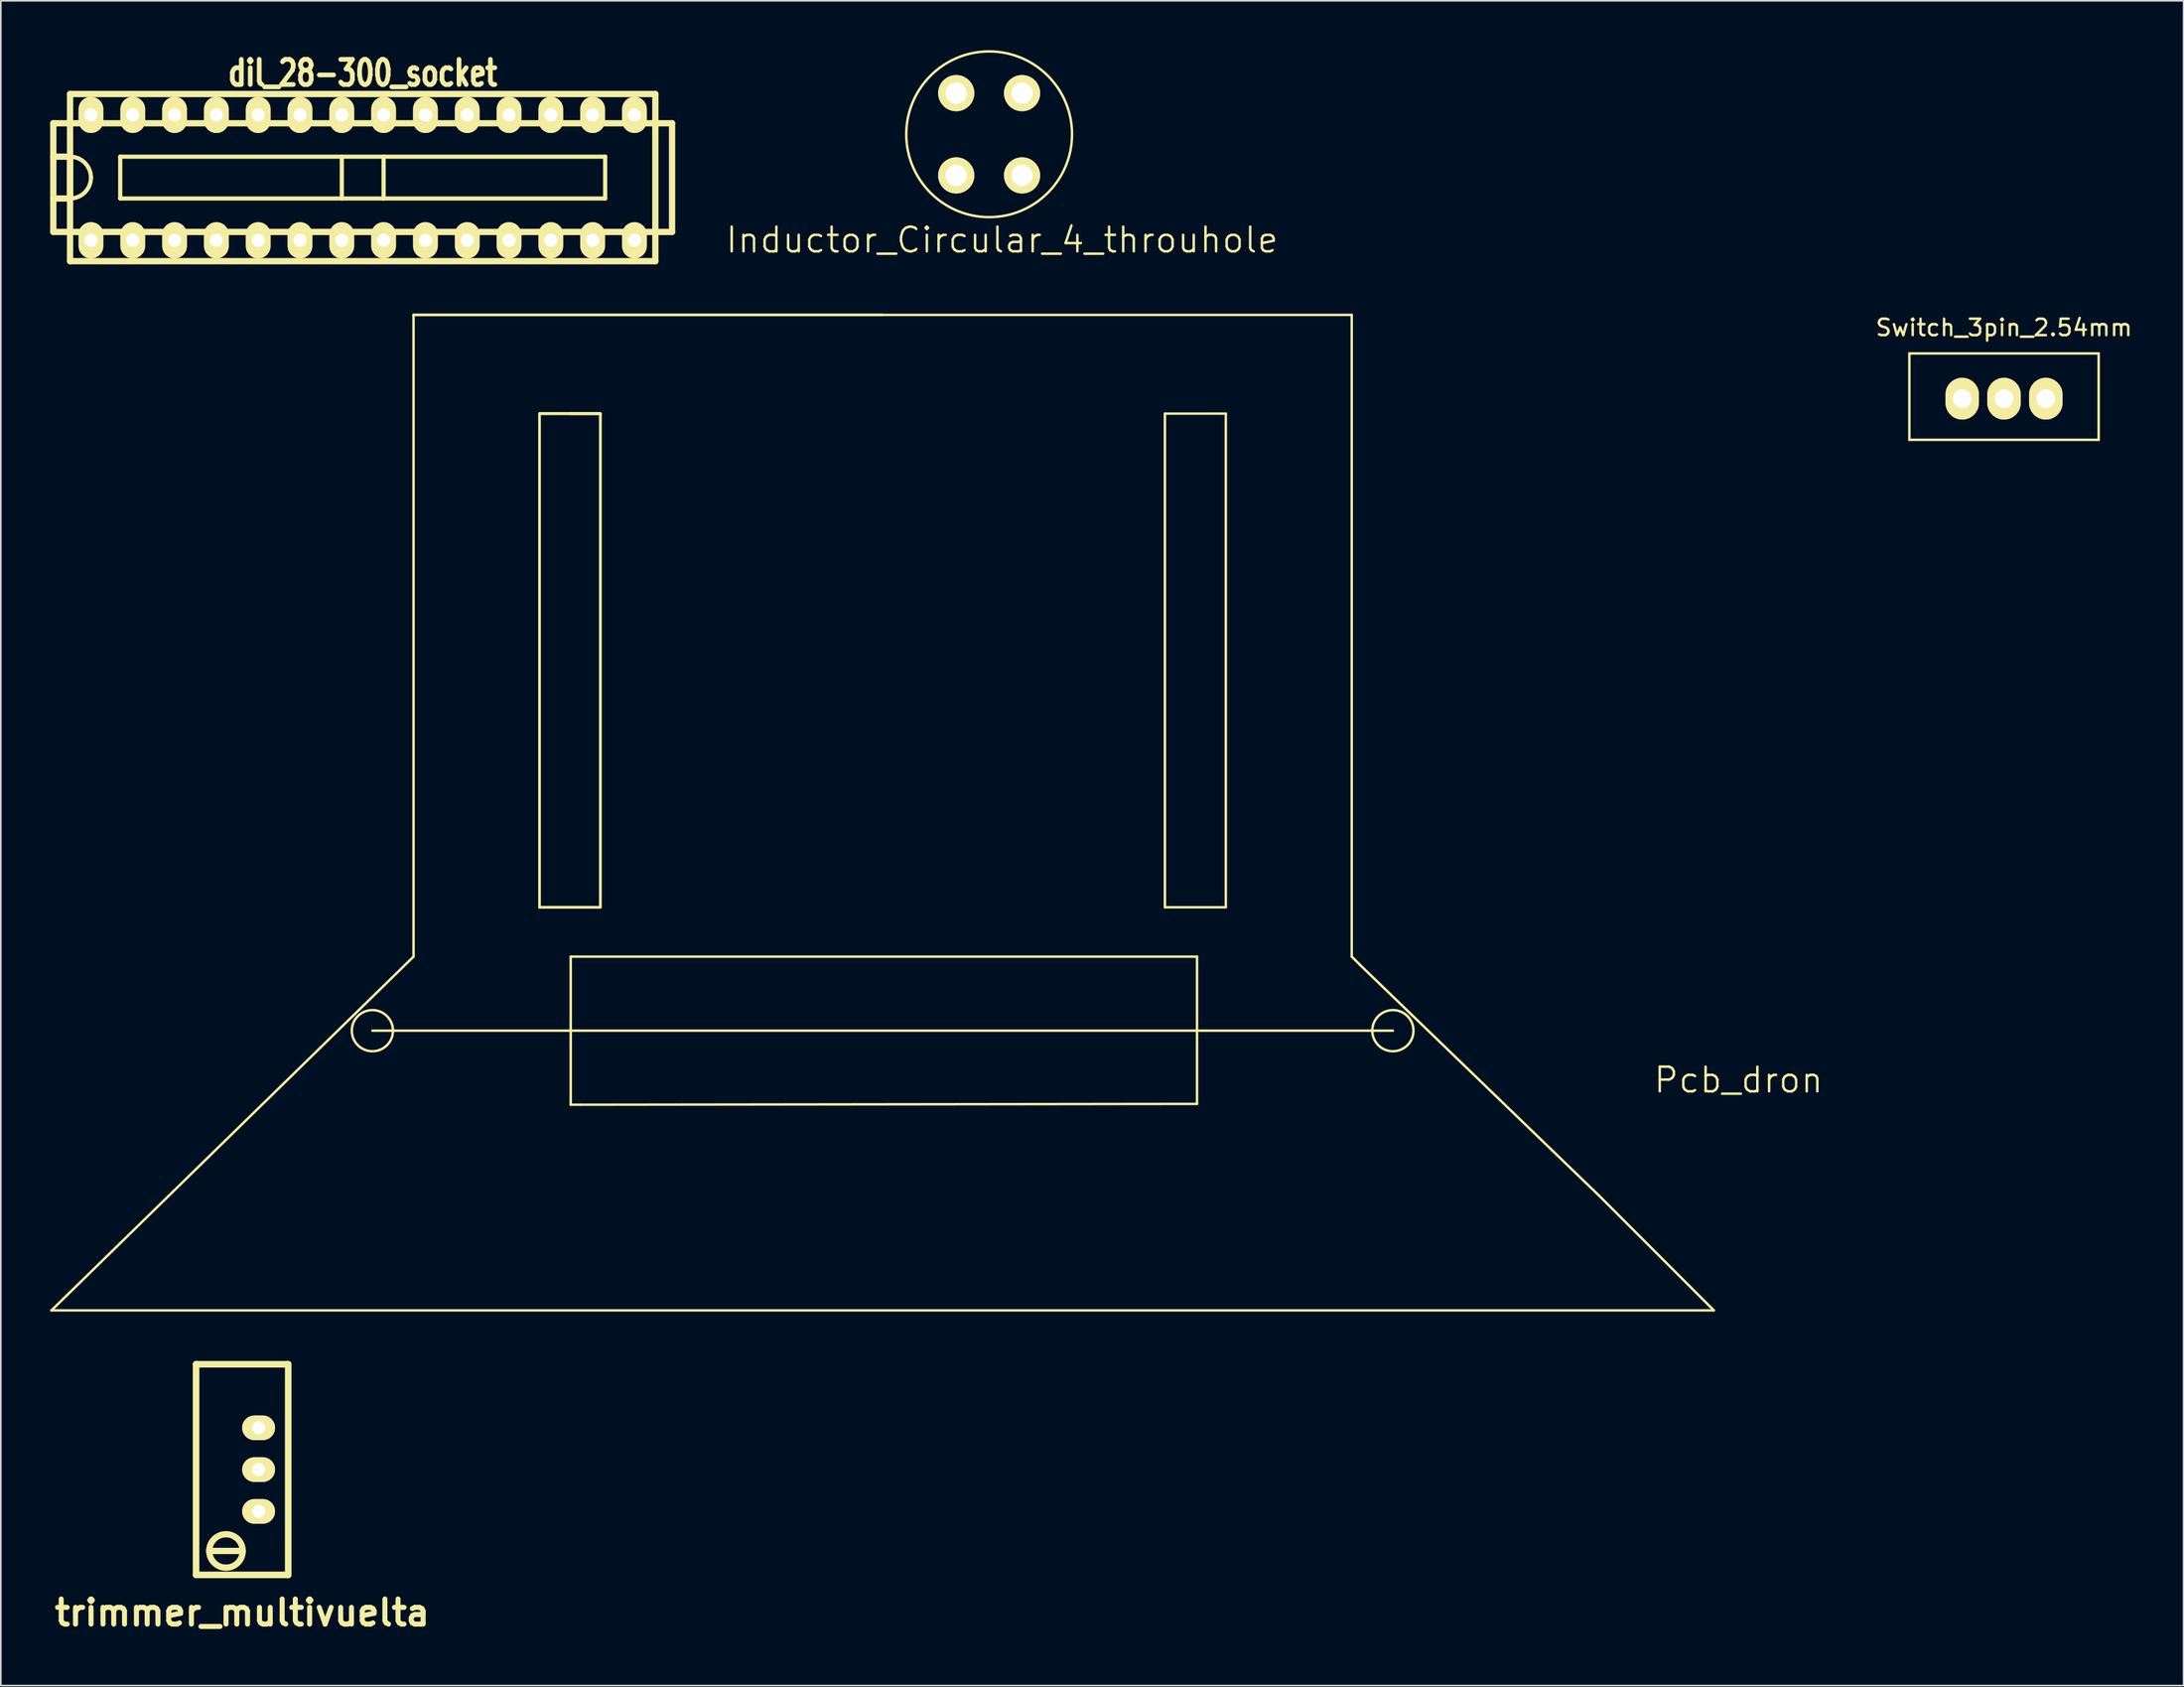
<source format=kicad_pcb>
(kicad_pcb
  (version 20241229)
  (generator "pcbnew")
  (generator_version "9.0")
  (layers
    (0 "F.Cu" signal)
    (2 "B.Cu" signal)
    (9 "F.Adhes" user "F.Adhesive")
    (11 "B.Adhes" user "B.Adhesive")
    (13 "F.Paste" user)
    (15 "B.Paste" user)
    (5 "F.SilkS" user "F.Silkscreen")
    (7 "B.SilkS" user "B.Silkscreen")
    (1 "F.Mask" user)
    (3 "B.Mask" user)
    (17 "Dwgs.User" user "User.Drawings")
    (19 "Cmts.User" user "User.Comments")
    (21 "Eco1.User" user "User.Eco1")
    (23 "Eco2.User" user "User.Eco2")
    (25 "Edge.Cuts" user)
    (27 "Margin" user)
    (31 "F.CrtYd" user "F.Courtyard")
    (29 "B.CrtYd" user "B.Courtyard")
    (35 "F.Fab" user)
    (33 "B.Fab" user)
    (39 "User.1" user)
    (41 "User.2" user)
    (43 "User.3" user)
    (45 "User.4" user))
  (footprint "Inductor_Circular_4_throuhole"
    (layer "F.Cu")
    (at 57.046 5.111)
    (property "Reference" "Inductor_Circular_4_throuhole" (at 0.787 6.426 0) (layer "F.SilkS") (effects (font (size 1.5 1.5) (thickness 0.15))))
    (attr through_hole)
    (fp_circle (center 0 0) (end 5.029 -0.254) (stroke (width 0.15) (type solid)) (fill no) (layer "F.SilkS"))
    (pad "1" thru_hole circle (at 2 -2.5) (size 2.2 2.2) (drill 1.3) (layers "*.Cu" "*.Mask" "F.SilkS"))
    (pad "2" thru_hole circle (at 2 2.5) (size 2.2 2.2) (drill 1.3) (layers "*.Cu" "*.Mask" "F.SilkS"))
    (pad "3" thru_hole circle (at -2 2.5) (size 2.2 2.2) (drill 1.3) (layers "*.Cu" "*.Mask" "F.SilkS"))
    (pad "4" thru_hole circle (at -2 -2.5) (size 2.2 2.2) (drill 1.3) (layers "*.Cu" "*.Mask" "F.SilkS")))
  (footprint "Pcb_dron"
    (layer "F.Cu")
    (at 50.575 55.089)
    (property "Reference" "Pcb_dron" (at 52 7.5 0) (layer "F.SilkS") (effects (font (size 1.5 1.5) (thickness 0.15))))
    (attr through_hole)
    (fp_line (start -50.5 21.5) (end -28.5 0) (stroke (width 0.15) (type solid)) (layer "F.SilkS"))
    (fp_line (start -28.5 -39) (end 28.5 -39) (stroke (width 0.15) (type solid)) (layer "F.SilkS"))
    (fp_line (start -28.5 0) (end -28.5 -39) (stroke (width 0.15) (type solid)) (layer "F.SilkS"))
    (fp_line (start -20.85 -33) (end -20.85 -3) (stroke (width 0.15) (type solid)) (layer "F.SilkS"))
    (fp_line (start -20.85 -33) (end -20.85 -3) (stroke (width 0.15) (type solid)) (layer "F.SilkS"))
    (fp_line (start -20.85 -3) (end -17.15 -3) (stroke (width 0.15) (type solid)) (layer "F.SilkS"))
    (fp_line (start -20.85 -3) (end -17.15 -3) (stroke (width 0.15) (type solid)) (layer "F.SilkS"))
    (fp_line (start -19 -33) (end -17.15 -33) (stroke (width 0.15) (type solid)) (layer "F.SilkS"))
    (fp_line (start -19 -33) (end -17.15 -33) (stroke (width 0.15) (type solid)) (layer "F.SilkS"))
    (fp_line (start -18.95 0) (end -18.95 9) (stroke (width 0.15) (type solid)) (layer "F.SilkS"))
    (fp_line (start -18.95 9) (end -18.35 9) (stroke (width 0.15) (type solid)) (layer "F.SilkS"))
    (fp_line (start -17.15 -33) (end -20.85 -33) (stroke (width 0.15) (type solid)) (layer "F.SilkS"))
    (fp_line (start -17.15 -33) (end -20.85 -33) (stroke (width 0.15) (type solid)) (layer "F.SilkS"))
    (fp_line (start -17.15 -33) (end -20.85 -33) (stroke (width 0.15) (type solid)) (layer "F.SilkS"))
    (fp_line (start -17.15 -33) (end -20.85 -33) (stroke (width 0.15) (type solid)) (layer "F.SilkS"))
    (fp_line (start -17.15 -3) (end -17.15 -33) (stroke (width 0.15) (type solid)) (layer "F.SilkS"))
    (fp_line (start -17.15 -3) (end -17.15 -33) (stroke (width 0.15) (type solid)) (layer "F.SilkS"))
    (fp_line (start 0 -39) (end -28.5 -39) (stroke (width 0.15) (type solid)) (layer "F.SilkS"))
    (fp_line (start 17.15 -33) (end 17.15 -3) (stroke (width 0.15) (type solid)) (layer "F.SilkS"))
    (fp_line (start 17.15 -33) (end 20.85 -33) (stroke (width 0.15) (type solid)) (layer "F.SilkS"))
    (fp_line (start 17.15 -3) (end 20.85 -3) (stroke (width 0.15) (type solid)) (layer "F.SilkS"))
    (fp_line (start 19.1 0) (end -18.95 0) (stroke (width 0.15) (type solid)) (layer "F.SilkS"))
    (fp_line (start 19.1 0) (end 19.1 8.95) (stroke (width 0.15) (type solid)) (layer "F.SilkS"))
    (fp_line (start 19.1 8.95) (end -18.35 9) (stroke (width 0.15) (type solid)) (layer "F.SilkS"))
    (fp_line (start 20.85 -3) (end 20.85 -33) (stroke (width 0.15) (type solid)) (layer "F.SilkS"))
    (fp_line (start 28.5 -39) (end 28.5 0) (stroke (width 0.15) (type solid)) (layer "F.SilkS"))
    (fp_line (start 28.5 0) (end 29 0.5) (stroke (width 0.15) (type solid)) (layer "F.SilkS"))
    (fp_line (start 29 0.5) (end 43.5 14.5) (stroke (width 0.15) (type solid)) (layer "F.SilkS"))
    (fp_line (start 31 4.5) (end -31 4.5) (stroke (width 0.15) (type solid)) (layer "F.SilkS"))
    (fp_line (start 43.5 14.5) (end 50.5 21.5) (stroke (width 0.15) (type solid)) (layer "F.SilkS"))
    (fp_line (start 50.5 21.5) (end -50.5 21.5) (stroke (width 0.15) (type solid)) (layer "F.SilkS"))
    (fp_circle (center -31 4.5) (end -32.25 4.55) (stroke (width 0.15) (type solid)) (fill no) (layer "F.SilkS"))
    (fp_circle (center 31 4.5) (end 32.25 4.45) (stroke (width 0.15) (type solid)) (fill no) (layer "F.SilkS")))
  (footprint "trimmer_multivuelta"
    (layer "F.Cu")
    (at 11.662 86.264)
    (property "Reference" "trimmer_multivuelta" (at 0 8.7 0) (layer "F.SilkS") (effects (font (size 1.524 1.524) (thickness 0.305))))
    (attr through_hole)
    (fp_line (start -2.799 -6.401) (end -2.799 6.401) (stroke (width 0.399) (type solid)) (layer "F.SilkS"))
    (fp_line (start -2.799 6.401) (end 2.799 6.401) (stroke (width 0.399) (type solid)) (layer "F.SilkS"))
    (fp_line (start -2.002 4.945) (end 0.03 4.945) (stroke (width 0.381) (type solid)) (layer "F.SilkS"))
    (fp_line (start 2.799 -6.401) (end -2.799 -6.401) (stroke (width 0.399) (type solid)) (layer "F.SilkS"))
    (fp_line (start 2.799 6.401) (end 2.799 -6.401) (stroke (width 0.399) (type solid)) (layer "F.SilkS"))
    (fp_circle (center -0.983 4.945) (end 0.033 4.945) (stroke (width 0.381) (type solid)) (fill no) (layer "F.SilkS"))
    (pad "1" thru_hole oval (at 1 2.54) (size 1.999 1.501) (drill 0.8) (layers "*.Cu" "*.Mask" "F.SilkS"))
    (pad "2" thru_hole oval (at 1 0) (size 1.999 1.501) (drill 0.8) (layers "*.Cu" "*.Mask" "F.SilkS"))
    (pad "3" thru_hole oval (at 1 -2.54) (size 1.999 1.501) (drill 0.8) (layers "*.Cu" "*.Mask" "F.SilkS")))
  (footprint "Switch_3pin_2.54mm"
    (layer "F.Cu")
    (at 118.704 21.18)
    (property "Reference" "Switch_3pin_2.54mm" (at 0 -4.318 0) (layer "F.SilkS") (effects (font (size 1 1) (thickness 0.15))))
    (attr through_hole)
    (fp_line (start -5.75 -2.75) (end 5.75 -2.75) (stroke (width 0.15) (type solid)) (layer "F.SilkS"))
    (fp_line (start -5.75 2.5) (end -5.75 -2.75) (stroke (width 0.15) (type solid)) (layer "F.SilkS"))
    (fp_line (start 5.75 -2.75) (end 5.75 2.5) (stroke (width 0.15) (type solid)) (layer "F.SilkS"))
    (fp_line (start 5.75 2.5) (end -5.75 2.5) (stroke (width 0.15) (type solid)) (layer "F.SilkS"))
    (pad "1" thru_hole oval (at -2.54 0) (size 2.032 2.54) (drill 1.143) (layers "*.Cu" "*.Mask" "F.SilkS"))
    (pad "2" thru_hole oval (at 0 0) (size 2.032 2.54) (drill 1.143) (layers "*.Cu" "*.Mask" "F.SilkS"))
    (pad "3" thru_hole oval (at 2.54 0) (size 2.032 2.54) (drill 1.143) (layers "*.Cu" "*.Mask" "F.SilkS")))
  (footprint "dil_28-300_socket"
    (layer "F.Cu")
    (at 18.986 7.743)
    (property "Reference" "dil_28-300_socket" (at 0 -6.35 0) (layer "F.SilkS") (effects (font (size 1.524 1.143) (thickness 0.287))))
    (attr through_hole)
    (fp_line (start -18.796 3.302) (end -18.796 -3.302) (stroke (width 0.381) (type solid)) (layer "F.SilkS"))
    (fp_line (start -17.78 -5.08) (end 17.78 -5.08) (stroke (width 0.381) (type solid)) (layer "F.SilkS"))
    (fp_line (start -17.78 -1.27) (end -18.796 -1.27) (stroke (width 0.381) (type solid)) (layer "F.SilkS"))
    (fp_line (start -17.78 -1.27) (end -17.78 1.27) (stroke (width 0.381) (type solid)) (layer "F.SilkS"))
    (fp_line (start -17.78 1.27) (end -18.796 1.27) (stroke (width 0.381) (type solid)) (layer "F.SilkS"))
    (fp_line (start -17.78 5.08) (end -17.78 -5.08) (stroke (width 0.381) (type solid)) (layer "F.SilkS"))
    (fp_line (start -17.78 5.08) (end 17.78 5.08) (stroke (width 0.381) (type solid)) (layer "F.SilkS"))
    (fp_line (start -14.732 -1.27) (end -14.732 1.27) (stroke (width 0.254) (type solid)) (layer "F.SilkS"))
    (fp_line (start -14.732 1.27) (end 14.732 1.27) (stroke (width 0.254) (type solid)) (layer "F.SilkS"))
    (fp_line (start -1.27 -1.27) (end -1.27 1.27) (stroke (width 0.254) (type solid)) (layer "F.SilkS"))
    (fp_line (start 1.27 -1.27) (end 1.27 1.27) (stroke (width 0.254) (type solid)) (layer "F.SilkS"))
    (fp_line (start 14.732 -1.27) (end -14.732 -1.27) (stroke (width 0.254) (type solid)) (layer "F.SilkS"))
    (fp_line (start 14.732 1.27) (end 14.732 -1.27) (stroke (width 0.254) (type solid)) (layer "F.SilkS"))
    (fp_line (start 17.78 -5.08) (end 17.78 5.08) (stroke (width 0.381) (type solid)) (layer "F.SilkS"))
    (fp_line (start 18.796 -3.302) (end -18.796 -3.302) (stroke (width 0.381) (type solid)) (layer "F.SilkS"))
    (fp_line (start 18.796 -3.302) (end 18.796 3.302) (stroke (width 0.381) (type solid)) (layer "F.SilkS"))
    (fp_line (start 18.796 3.302) (end -18.796 3.302) (stroke (width 0.381) (type solid)) (layer "F.SilkS"))
    (fp_arc (start -17.78 -1.27) (mid -16.881974 -0.898026) (end -16.51 0) (stroke (width 0.254) (type solid)) (layer "F.SilkS"))
    (fp_arc (start -16.51 0) (mid -16.881974 0.898026) (end -17.78 1.27) (stroke (width 0.254) (type solid)) (layer "F.SilkS"))
    (pad "1" thru_hole oval (at -16.51 3.81) (size 1.501 2.2) (drill 0.8) (layers "*.Cu" "*.Mask" "F.SilkS"))
    (pad "2" thru_hole oval (at -13.97 3.81) (size 1.501 2.2) (drill 0.8) (layers "*.Cu" "*.Mask" "F.SilkS"))
    (pad "3" thru_hole oval (at -11.43 3.81) (size 1.501 2.2) (drill 0.8) (layers "*.Cu" "*.Mask" "F.SilkS"))
    (pad "4" thru_hole oval (at -8.89 3.81) (size 1.501 2.2) (drill 0.8) (layers "*.Cu" "*.Mask" "F.SilkS"))
    (pad "5" thru_hole oval (at -6.35 3.81) (size 1.501 2.2) (drill 0.8) (layers "*.Cu" "*.Mask" "F.SilkS"))
    (pad "6" thru_hole oval (at -3.81 3.81) (size 1.501 2.2) (drill 0.8) (layers "*.Cu" "*.Mask" "F.SilkS"))
    (pad "7" thru_hole oval (at -1.27 3.81) (size 1.501 2.2) (drill 0.8) (layers "*.Cu" "*.Mask" "F.SilkS"))
    (pad "8" thru_hole oval (at 1.27 3.81) (size 1.501 2.2) (drill 0.8) (layers "*.Cu" "*.Mask" "F.SilkS"))
    (pad "9" thru_hole oval (at 3.81 3.81) (size 1.501 2.2) (drill 0.8) (layers "*.Cu" "*.Mask" "F.SilkS"))
    (pad "10" thru_hole oval (at 6.35 3.81) (size 1.501 2.2) (drill 0.8) (layers "*.Cu" "*.Mask" "F.SilkS"))
    (pad "11" thru_hole oval (at 8.89 3.81) (size 1.501 2.2) (drill 0.8) (layers "*.Cu" "*.Mask" "F.SilkS"))
    (pad "12" thru_hole oval (at 11.43 3.81) (size 1.501 2.2) (drill 0.8) (layers "*.Cu" "*.Mask" "F.SilkS"))
    (pad "13" thru_hole oval (at 13.97 3.81) (size 1.501 2.2) (drill 0.8) (layers "*.Cu" "*.Mask" "F.SilkS"))
    (pad "14" thru_hole oval (at 16.51 3.81) (size 1.501 2.2) (drill 0.8) (layers "*.Cu" "*.Mask" "F.SilkS"))
    (pad "15" thru_hole oval (at 16.51 -3.81) (size 1.501 2.2) (drill 0.8) (layers "*.Cu" "*.Mask" "F.SilkS"))
    (pad "16" thru_hole oval (at 13.97 -3.81) (size 1.501 2.2) (drill 0.8) (layers "*.Cu" "*.Mask" "F.SilkS"))
    (pad "17" thru_hole oval (at 11.43 -3.81) (size 1.501 2.2) (drill 0.8) (layers "*.Cu" "*.Mask" "F.SilkS"))
    (pad "18" thru_hole oval (at 8.89 -3.81) (size 1.501 2.2) (drill 0.8) (layers "*.Cu" "*.Mask" "F.SilkS"))
    (pad "19" thru_hole oval (at 6.35 -3.81) (size 1.501 2.2) (drill 0.8) (layers "*.Cu" "*.Mask" "F.SilkS"))
    (pad "20" thru_hole oval (at 3.81 -3.81) (size 1.501 2.2) (drill 0.8) (layers "*.Cu" "*.Mask" "F.SilkS"))
    (pad "21" thru_hole oval (at 1.27 -3.81) (size 1.501 2.2) (drill 0.8) (layers "*.Cu" "*.Mask" "F.SilkS"))
    (pad "22" thru_hole oval (at -1.27 -3.81) (size 1.501 2.2) (drill 0.8) (layers "*.Cu" "*.Mask" "F.SilkS"))
    (pad "23" thru_hole oval (at -3.81 -3.81) (size 1.501 2.2) (drill 0.8) (layers "*.Cu" "*.Mask" "F.SilkS"))
    (pad "24" thru_hole oval (at -6.35 -3.81) (size 1.501 2.2) (drill 0.8) (layers "*.Cu" "*.Mask" "F.SilkS"))
    (pad "25" thru_hole oval (at -8.89 -3.81) (size 1.501 2.2) (drill 0.8) (layers "*.Cu" "*.Mask" "F.SilkS"))
    (pad "26" thru_hole oval (at -11.43 -3.81) (size 1.501 2.2) (drill 0.8) (layers "*.Cu" "*.Mask" "F.SilkS"))
    (pad "27" thru_hole oval (at -13.97 -3.81) (size 1.501 2.2) (drill 0.8) (layers "*.Cu" "*.Mask" "F.SilkS"))
    (pad "28" thru_hole oval (at -16.51 -3.81) (size 1.501 2.2) (drill 0.8) (layers "*.Cu" "*.Mask" "F.SilkS")))
  (gr_rect
    (start -3 -3)
    (end 129.614 99.39)
    (stroke (width 0.1) (type default))
    (fill no)
    (layer "Edge.Cuts")))
</source>
